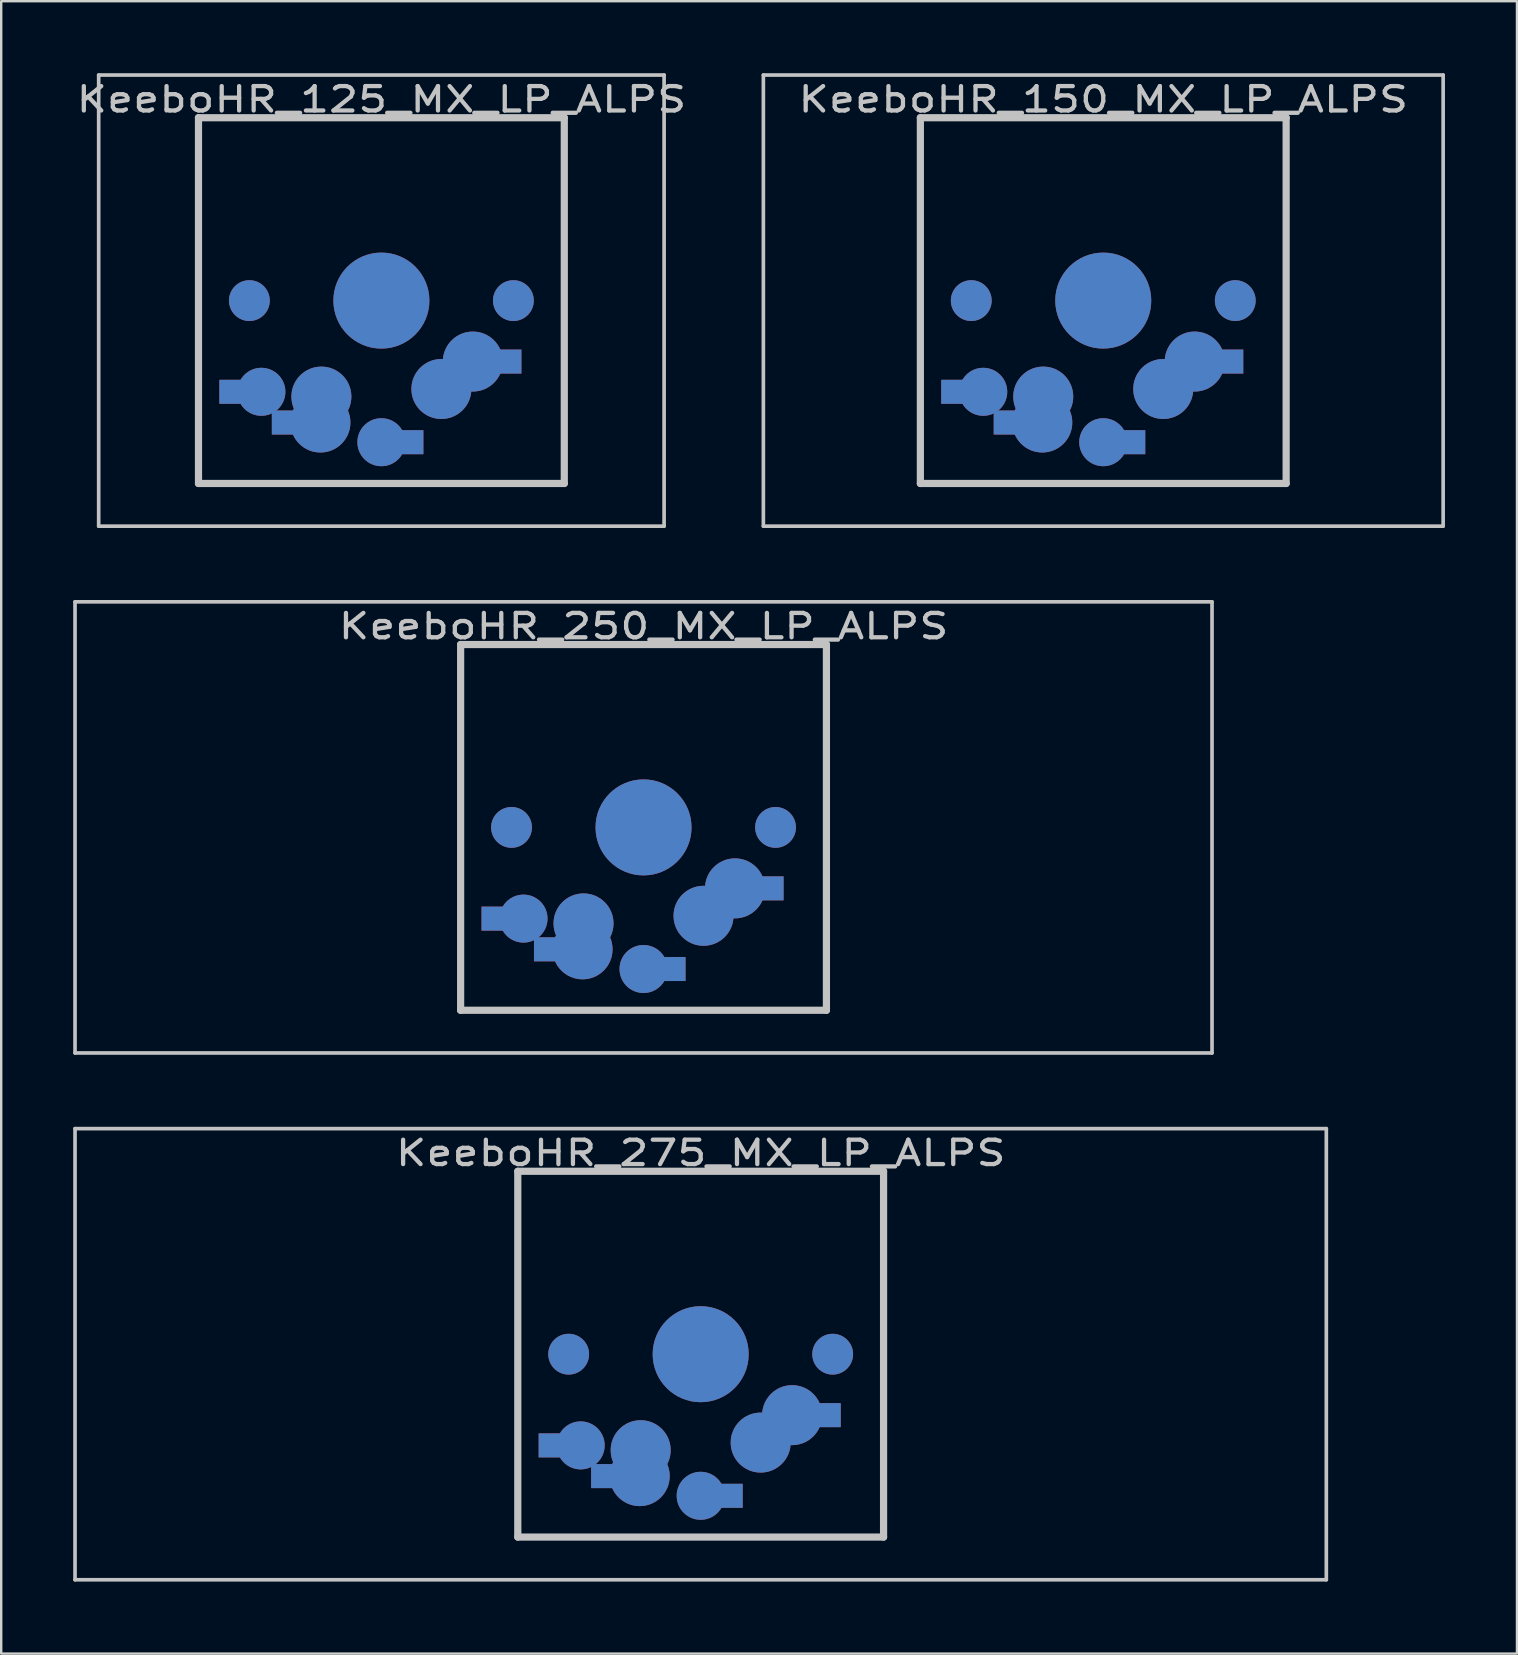
<source format=kicad_pcb>
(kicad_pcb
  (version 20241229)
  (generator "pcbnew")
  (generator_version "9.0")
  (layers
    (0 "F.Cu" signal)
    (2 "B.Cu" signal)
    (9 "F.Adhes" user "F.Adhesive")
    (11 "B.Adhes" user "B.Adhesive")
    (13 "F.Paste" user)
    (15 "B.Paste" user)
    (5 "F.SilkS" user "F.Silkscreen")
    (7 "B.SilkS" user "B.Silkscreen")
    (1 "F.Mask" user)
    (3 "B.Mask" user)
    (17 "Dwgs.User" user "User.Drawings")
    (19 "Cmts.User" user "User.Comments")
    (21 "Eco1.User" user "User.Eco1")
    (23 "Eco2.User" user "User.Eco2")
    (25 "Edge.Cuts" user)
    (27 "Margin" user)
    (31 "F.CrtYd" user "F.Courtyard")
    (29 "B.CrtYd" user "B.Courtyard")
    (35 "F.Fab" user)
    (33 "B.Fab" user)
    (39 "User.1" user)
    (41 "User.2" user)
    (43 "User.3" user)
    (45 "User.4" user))
  (footprint "KeeboHR_150_MX_LP_ALPS"
    (layer "F.Cu")
    (at 42.916 9.474)
    (property "Reference" "KeeboHR_150_MX_LP_ALPS" (at 0 -8.382 0) (layer "Dwgs.User") (effects (font (size 1.016 1.27) (thickness 0.178))))
    (attr through_hole)
    (fp_line (start -14.161 -9.398) (end 14.161 -9.398) (stroke (width 0.152) (type solid)) (layer "Dwgs.User"))
    (fp_line (start -14.161 9.398) (end -14.161 -9.398) (stroke (width 0.152) (type solid)) (layer "Dwgs.User"))
    (fp_line (start -7.62 -7.62) (end 7.62 -7.62) (stroke (width 0.3) (type solid)) (layer "Dwgs.User"))
    (fp_line (start -7.62 7.62) (end -7.62 -7.62) (stroke (width 0.3) (type solid)) (layer "Dwgs.User"))
    (fp_line (start 7.62 -7.62) (end 7.62 7.62) (stroke (width 0.3) (type solid)) (layer "Dwgs.User"))
    (fp_line (start 7.62 7.62) (end -7.62 7.62) (stroke (width 0.3) (type solid)) (layer "Dwgs.User"))
    (fp_line (start 14.161 -9.398) (end 14.161 9.398) (stroke (width 0.152) (type solid)) (layer "Dwgs.User"))
    (fp_line (start 14.161 9.398) (end -14.161 9.398) (stroke (width 0.152) (type solid)) (layer "Dwgs.User"))
    (pad "" smd circle (at -5.5 0) (size 1.7 1.7) (layers "*.Cu" "*.Mask"))
    (pad "" smd circle (at 0 0) (size 4 4) (layers "*.Cu" "*.Mask"))
    (pad "" smd circle (at 5.5 0) (size 1.7 1.7) (layers "*.Cu" "*.Mask"))
    (pad "1" smd circle (at 0 5.9) (size 2 2) (layers "*.Cu" "*.Mask"))
    (pad "1" smd rect (at 1.25 5.9) (size 1 1) (layers "*.Cu" "*.Mask"))
    (pad "1" smd circle (at 2.5 3.683) (size 2.5 2.5) (layers "*.Cu" "*.Mask"))
    (pad "1" smd circle (at 3.81 2.54) (size 2.5 2.5) (layers "*.Cu" "*.Mask"))
    (pad "1" smd rect (at 5.334 2.54) (size 1 1) (layers "*.Cu" "*.Mask"))
    (pad "2" smd rect (at -6.25 3.8) (size 1 1) (layers "*.Cu" "*.Mask"))
    (pad "2" smd circle (at -5 3.8) (size 2 2) (layers "*.Cu" "*.Mask"))
    (pad "2" smd rect (at -4.064 5.08) (size 1 1) (layers "*.Cu" "*.Mask"))
    (pad "2" smd circle (at -2.54 5.08) (size 2.5 2.5) (layers "*.Cu" "*.Mask"))
    (pad "2" smd circle (at -2.5 4) (size 2.5 2.5) (layers "*.Cu" "*.Mask")))
  (footprint "KeeboHR_250_MX_LP_ALPS"
    (layer "F.Cu")
    (at 23.762 31.423)
    (property "Reference" "KeeboHR_250_MX_LP_ALPS" (at 0 -8.382 0) (layer "Dwgs.User") (effects (font (size 1.016 1.27) (thickness 0.178))))
    (attr through_hole)
    (fp_line (start -23.686 -9.398) (end 23.686 -9.398) (stroke (width 0.152) (type solid)) (layer "Dwgs.User"))
    (fp_line (start -23.686 9.398) (end -23.686 -9.398) (stroke (width 0.152) (type solid)) (layer "Dwgs.User"))
    (fp_line (start -7.62 -7.62) (end 7.62 -7.62) (stroke (width 0.3) (type solid)) (layer "Dwgs.User"))
    (fp_line (start -7.62 7.62) (end -7.62 -7.62) (stroke (width 0.3) (type solid)) (layer "Dwgs.User"))
    (fp_line (start 7.62 -7.62) (end 7.62 7.62) (stroke (width 0.3) (type solid)) (layer "Dwgs.User"))
    (fp_line (start 7.62 7.62) (end -7.62 7.62) (stroke (width 0.3) (type solid)) (layer "Dwgs.User"))
    (fp_line (start 23.686 -9.398) (end 23.686 9.398) (stroke (width 0.152) (type solid)) (layer "Dwgs.User"))
    (fp_line (start 23.686 9.398) (end -23.686 9.398) (stroke (width 0.152) (type solid)) (layer "Dwgs.User"))
    (pad "" smd circle (at -5.5 0) (size 1.7 1.7) (layers "*.Cu" "*.Mask"))
    (pad "" smd circle (at 0 0) (size 4 4) (layers "*.Cu" "*.Mask"))
    (pad "" smd circle (at 5.5 0) (size 1.7 1.7) (layers "*.Cu" "*.Mask"))
    (pad "1" smd circle (at 0 5.9) (size 2 2) (layers "*.Cu" "*.Mask"))
    (pad "1" smd rect (at 1.25 5.9) (size 1 1) (layers "*.Cu" "*.Mask"))
    (pad "1" smd circle (at 2.5 3.683) (size 2.5 2.5) (layers "*.Cu" "*.Mask"))
    (pad "1" smd circle (at 3.81 2.54) (size 2.5 2.5) (layers "*.Cu" "*.Mask"))
    (pad "1" smd rect (at 5.334 2.54) (size 1 1) (layers "*.Cu" "*.Mask"))
    (pad "2" smd rect (at -6.25 3.8) (size 1 1) (layers "*.Cu" "*.Mask"))
    (pad "2" smd circle (at -5 3.8) (size 2 2) (layers "*.Cu" "*.Mask"))
    (pad "2" smd rect (at -4.064 5.08) (size 1 1) (layers "*.Cu" "*.Mask"))
    (pad "2" smd circle (at -2.54 5.08) (size 2.5 2.5) (layers "*.Cu" "*.Mask"))
    (pad "2" smd circle (at -2.5 4) (size 2.5 2.5) (layers "*.Cu" "*.Mask")))
  (footprint "KeeboHR_275_MX_LP_ALPS"
    (layer "F.Cu")
    (at 26.143 53.371)
    (property "Reference" "KeeboHR_275_MX_LP_ALPS" (at 0 -8.382 0) (layer "Dwgs.User") (effects (font (size 1.016 1.27) (thickness 0.178))))
    (attr through_hole)
    (fp_line (start -26.067 -9.398) (end 26.067 -9.398) (stroke (width 0.152) (type solid)) (layer "Dwgs.User"))
    (fp_line (start -26.067 9.398) (end -26.067 -9.398) (stroke (width 0.152) (type solid)) (layer "Dwgs.User"))
    (fp_line (start -7.62 -7.62) (end 7.62 -7.62) (stroke (width 0.3) (type solid)) (layer "Dwgs.User"))
    (fp_line (start -7.62 7.62) (end -7.62 -7.62) (stroke (width 0.3) (type solid)) (layer "Dwgs.User"))
    (fp_line (start 7.62 -7.62) (end 7.62 7.62) (stroke (width 0.3) (type solid)) (layer "Dwgs.User"))
    (fp_line (start 7.62 7.62) (end -7.62 7.62) (stroke (width 0.3) (type solid)) (layer "Dwgs.User"))
    (fp_line (start 26.067 -9.398) (end 26.067 9.398) (stroke (width 0.152) (type solid)) (layer "Dwgs.User"))
    (fp_line (start 26.067 9.398) (end -26.067 9.398) (stroke (width 0.152) (type solid)) (layer "Dwgs.User"))
    (pad "" smd circle (at -5.5 0) (size 1.7 1.7) (layers "*.Cu" "*.Mask"))
    (pad "" smd circle (at 0 0) (size 4 4) (layers "*.Cu" "*.Mask"))
    (pad "" smd circle (at 5.5 0) (size 1.7 1.7) (layers "*.Cu" "*.Mask"))
    (pad "1" smd circle (at 0 5.9) (size 2 2) (layers "*.Cu" "*.Mask"))
    (pad "1" smd rect (at 1.25 5.9) (size 1 1) (layers "*.Cu" "*.Mask"))
    (pad "1" smd circle (at 2.5 3.683) (size 2.5 2.5) (layers "*.Cu" "*.Mask"))
    (pad "1" smd circle (at 3.81 2.54) (size 2.5 2.5) (layers "*.Cu" "*.Mask"))
    (pad "1" smd rect (at 5.334 2.54) (size 1 1) (layers "*.Cu" "*.Mask"))
    (pad "2" smd rect (at -6.25 3.8) (size 1 1) (layers "*.Cu" "*.Mask"))
    (pad "2" smd circle (at -5 3.8) (size 2 2) (layers "*.Cu" "*.Mask"))
    (pad "2" smd rect (at -4.064 5.08) (size 1 1) (layers "*.Cu" "*.Mask"))
    (pad "2" smd circle (at -2.54 5.08) (size 2.5 2.5) (layers "*.Cu" "*.Mask"))
    (pad "2" smd circle (at -2.5 4) (size 2.5 2.5) (layers "*.Cu" "*.Mask")))
  (footprint "KeeboHR_125_MX_LP_ALPS"
    (layer "F.Cu")
    (at 12.84 9.474)
    (property "Reference" "KeeboHR_125_MX_LP_ALPS" (at 0 -8.382 0) (layer "Dwgs.User") (effects (font (size 1.016 1.27) (thickness 0.178))))
    (attr through_hole)
    (fp_line (start -11.779 -9.398) (end 11.779 -9.398) (stroke (width 0.152) (type solid)) (layer "Dwgs.User"))
    (fp_line (start -11.779 9.398) (end -11.779 -9.398) (stroke (width 0.152) (type solid)) (layer "Dwgs.User"))
    (fp_line (start -7.62 -7.62) (end 7.62 -7.62) (stroke (width 0.3) (type solid)) (layer "Dwgs.User"))
    (fp_line (start -7.62 7.62) (end -7.62 -7.62) (stroke (width 0.3) (type solid)) (layer "Dwgs.User"))
    (fp_line (start 7.62 -7.62) (end 7.62 7.62) (stroke (width 0.3) (type solid)) (layer "Dwgs.User"))
    (fp_line (start 7.62 7.62) (end -7.62 7.62) (stroke (width 0.3) (type solid)) (layer "Dwgs.User"))
    (fp_line (start 11.779 -9.398) (end 11.779 9.398) (stroke (width 0.152) (type solid)) (layer "Dwgs.User"))
    (fp_line (start 11.779 9.398) (end -11.779 9.398) (stroke (width 0.152) (type solid)) (layer "Dwgs.User"))
    (pad "" smd circle (at -5.5 0) (size 1.7 1.7) (layers "*.Cu" "*.Mask"))
    (pad "" smd circle (at 0 0) (size 4 4) (layers "*.Cu" "*.Mask"))
    (pad "" smd circle (at 5.5 0) (size 1.7 1.7) (layers "*.Cu" "*.Mask"))
    (pad "1" smd circle (at 0 5.9) (size 2 2) (layers "*.Cu" "*.Mask"))
    (pad "1" smd rect (at 1.25 5.9) (size 1 1) (layers "*.Cu" "*.Mask"))
    (pad "1" smd circle (at 2.5 3.683) (size 2.5 2.5) (layers "*.Cu" "*.Mask"))
    (pad "1" smd circle (at 3.81 2.54) (size 2.5 2.5) (layers "*.Cu" "*.Mask"))
    (pad "1" smd rect (at 5.334 2.54) (size 1 1) (layers "*.Cu" "*.Mask"))
    (pad "2" smd rect (at -6.25 3.8) (size 1 1) (layers "*.Cu" "*.Mask"))
    (pad "2" smd circle (at -5 3.8) (size 2 2) (layers "*.Cu" "*.Mask"))
    (pad "2" smd rect (at -4.064 5.08) (size 1 1) (layers "*.Cu" "*.Mask"))
    (pad "2" smd circle (at -2.54 5.08) (size 2.5 2.5) (layers "*.Cu" "*.Mask"))
    (pad "2" smd circle (at -2.5 4) (size 2.5 2.5) (layers "*.Cu" "*.Mask")))
  (gr_rect
    (start -3 -3)
    (end 60.153 65.845)
    (stroke (width 0.1) (type default))
    (fill no)
    (layer "Edge.Cuts")))
</source>
